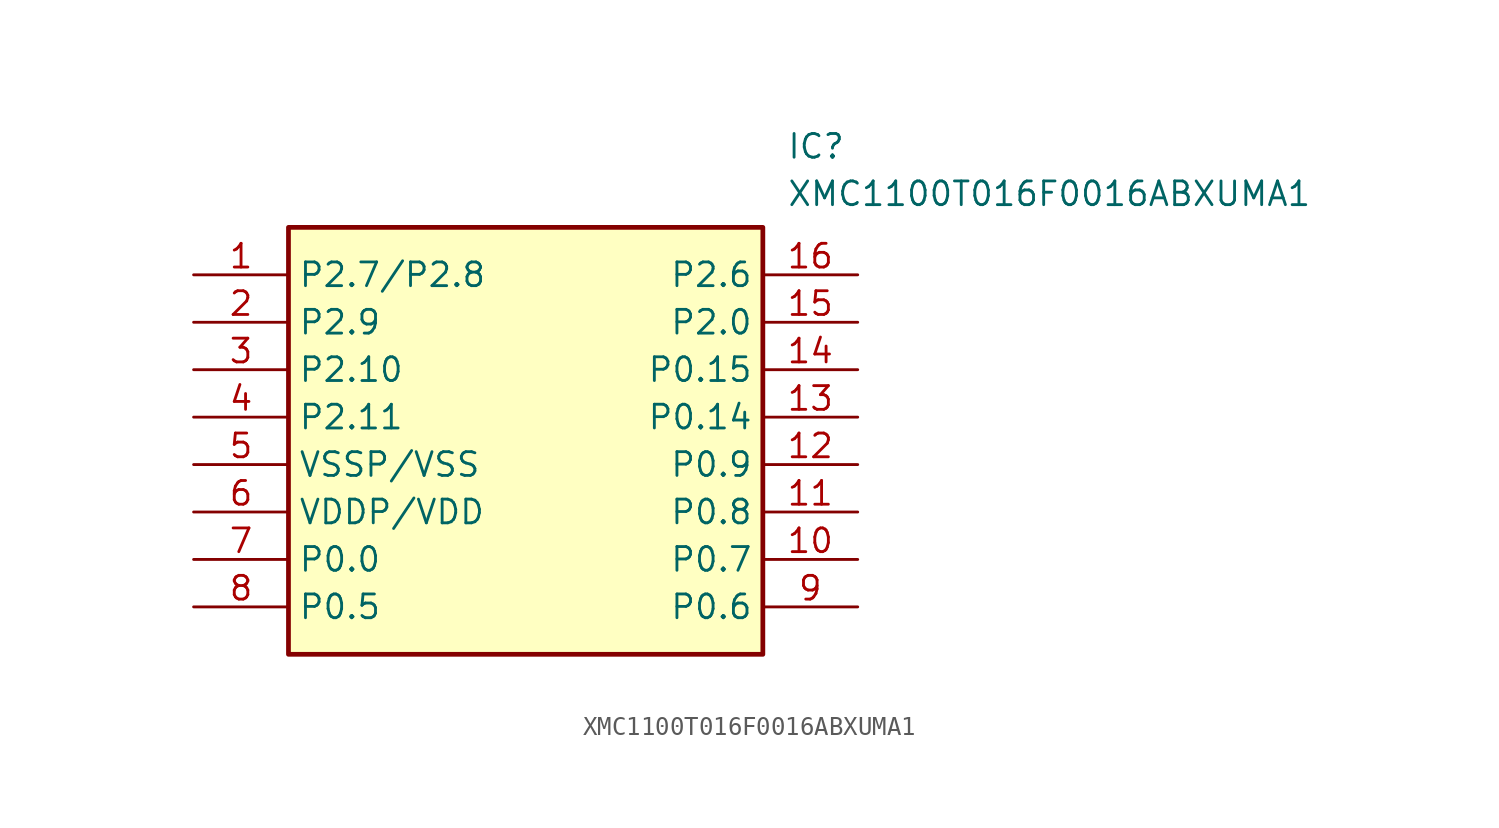
<source format=kicad_sym>
(kicad_symbol_lib
  (version 20211014)
  (generator SamacSys_ECAD_Model)
  (symbol "XMC1100T016F0016ABXUMA1"
    (property "Reference" "IC"
      (at 31.75 7.62 0)
      (effects (font (size 1.27 1.27)) (justify left top)))
    (property "Value" "XMC1100T016F0016ABXUMA1"
      (at 31.75 5.08 0)
      (effects (font (size 1.27 1.27)) (justify left top)))
    (rectangle
      (start 5.08 2.54)
      (end 30.48 -20.32)
      (stroke (width 0.254) (type default))
      (fill (type background)))
    (pin passive line
      (at 0 0 0)
      (length 5.08)
      (name "P2.7/P2.8" (effects (font (size 1.27 1.27))))
      (number "1" (effects (font (size 1.27 1.27)))))
    (pin passive line
      (at 0 -2.54 0)
      (length 5.08)
      (name "P2.9" (effects (font (size 1.27 1.27))))
      (number "2" (effects (font (size 1.27 1.27)))))
    (pin passive line
      (at 0 -5.08 0)
      (length 5.08)
      (name "P2.10" (effects (font (size 1.27 1.27))))
      (number "3" (effects (font (size 1.27 1.27)))))
    (pin passive line
      (at 0 -7.62 0)
      (length 5.08)
      (name "P2.11" (effects (font (size 1.27 1.27))))
      (number "4" (effects (font (size 1.27 1.27)))))
    (pin passive line
      (at 0 -10.16 0)
      (length 5.08)
      (name "VSSP/VSS" (effects (font (size 1.27 1.27))))
      (number "5" (effects (font (size 1.27 1.27)))))
    (pin passive line
      (at 0 -12.7 0)
      (length 5.08)
      (name "VDDP/VDD" (effects (font (size 1.27 1.27))))
      (number "6" (effects (font (size 1.27 1.27)))))
    (pin passive line
      (at 0 -15.24 0)
      (length 5.08)
      (name "P0.0" (effects (font (size 1.27 1.27))))
      (number "7" (effects (font (size 1.27 1.27)))))
    (pin passive line
      (at 0 -17.78 0)
      (length 5.08)
      (name "P0.5" (effects (font (size 1.27 1.27))))
      (number "8" (effects (font (size 1.27 1.27)))))
    (pin passive line
      (at 35.56 0 180)
      (length 5.08)
      (name "P2.6" (effects (font (size 1.27 1.27))))
      (number "16" (effects (font (size 1.27 1.27)))))
    (pin passive line
      (at 35.56 -2.54 180)
      (length 5.08)
      (name "P2.0" (effects (font (size 1.27 1.27))))
      (number "15" (effects (font (size 1.27 1.27)))))
    (pin passive line
      (at 35.56 -5.08 180)
      (length 5.08)
      (name "P0.15" (effects (font (size 1.27 1.27))))
      (number "14" (effects (font (size 1.27 1.27)))))
    (pin passive line
      (at 35.56 -7.62 180)
      (length 5.08)
      (name "P0.14" (effects (font (size 1.27 1.27))))
      (number "13" (effects (font (size 1.27 1.27)))))
    (pin passive line
      (at 35.56 -10.16 180)
      (length 5.08)
      (name "P0.9" (effects (font (size 1.27 1.27))))
      (number "12" (effects (font (size 1.27 1.27)))))
    (pin passive line
      (at 35.56 -12.7 180)
      (length 5.08)
      (name "P0.8" (effects (font (size 1.27 1.27))))
      (number "11" (effects (font (size 1.27 1.27)))))
    (pin passive line
      (at 35.56 -15.24 180)
      (length 5.08)
      (name "P0.7" (effects (font (size 1.27 1.27))))
      (number "10" (effects (font (size 1.27 1.27)))))
    (pin passive line
      (at 35.56 -17.78 180)
      (length 5.08)
      (name "P0.6" (effects (font (size 1.27 1.27))))
      (number "9" (effects (font (size 1.27 1.27)))))))
</source>
